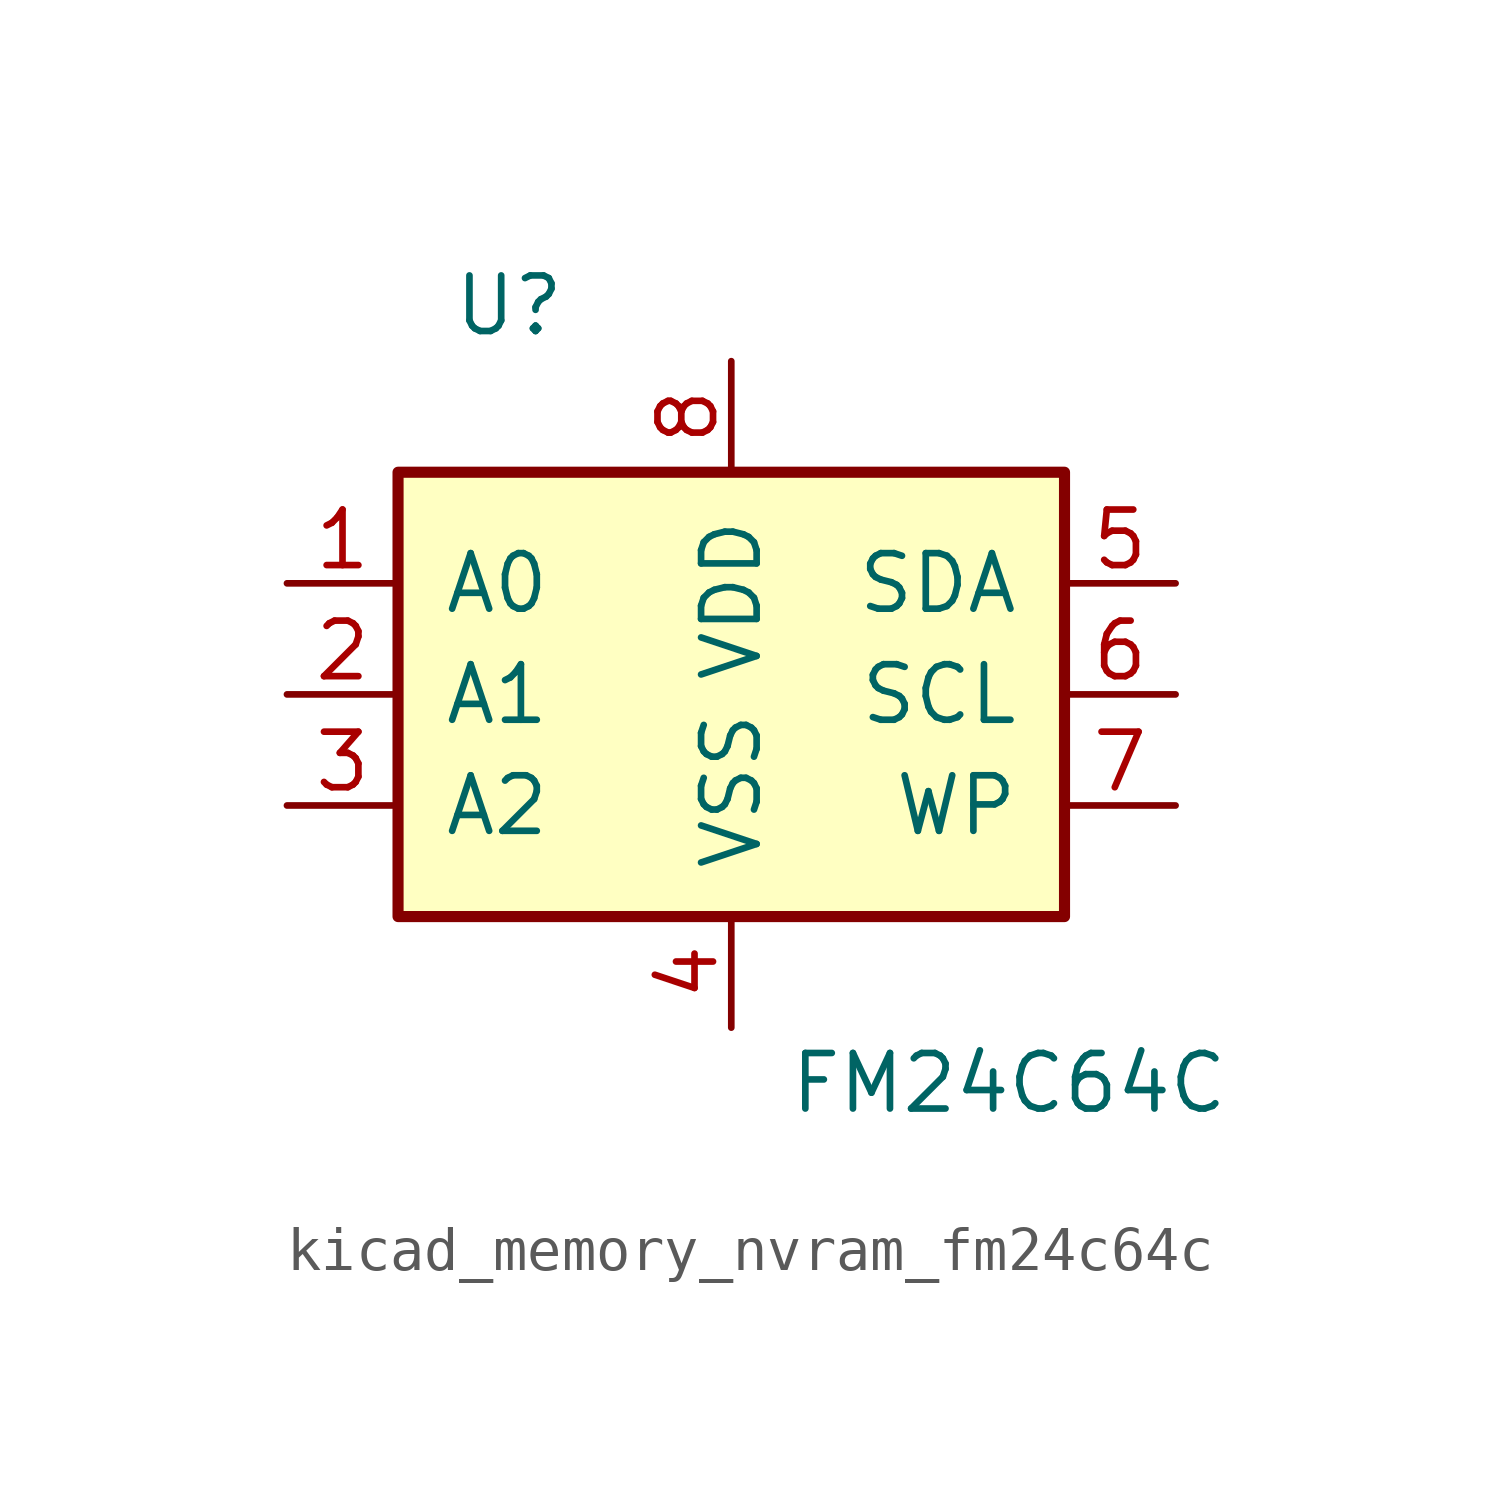
<source format=kicad_sym>
(kicad_symbol_lib
  (version 20220914)
  (generator kicad_symbol_editor)
  (symbol "kicad_memory_nvram_fm24c64c"
    (pin_names
      (offset 1.016))
    (property "Reference" "U"
      (at -5.08 8.89 0)
      (effects (font (size 1.27 1.27))))
    (property "Value" "FM24C64C"
      (at 6.35 -8.89 0)
      (effects (font (size 1.27 1.27))))
    (symbol "kicad_memory_nvram_fm24c64c_0_1"
      (rectangle (start -7.62 5.08) (end 7.62 -5.08) (stroke (width 0.254) (type default)) (fill (type background))))
    (symbol "kicad_memory_nvram_fm24c64c_1_1"
      (pin input line (at -10.16 2.54 0) (length 2.54) (name "A0" (effects (font (size 1.27 1.27)))) (number "1" (effects (font (size 1.27 1.27)))))
      (pin input line (at -10.16 0 0) (length 2.54) (name "A1" (effects (font (size 1.27 1.27)))) (number "2" (effects (font (size 1.27 1.27)))))
      (pin input line (at -10.16 -2.54 0) (length 2.54) (name "A2" (effects (font (size 1.27 1.27)))) (number "3" (effects (font (size 1.27 1.27)))))
      (pin power_in line (at 0 -7.62 90) (length 2.54) (name "VSS" (effects (font (size 1.27 1.27)))) (number "4" (effects (font (size 1.27 1.27)))))
      (pin bidirectional line (at 10.16 2.54 180) (length 2.54) (name "SDA" (effects (font (size 1.27 1.27)))) (number "5" (effects (font (size 1.27 1.27)))))
      (pin input line (at 10.16 0 180) (length 2.54) (name "SCL" (effects (font (size 1.27 1.27)))) (number "6" (effects (font (size 1.27 1.27)))))
      (pin input line (at 10.16 -2.54 180) (length 2.54) (name "WP" (effects (font (size 1.27 1.27)))) (number "7" (effects (font (size 1.27 1.27)))))
      (pin power_in line (at 0 7.62 270) (length 2.54) (name "VDD" (effects (font (size 1.27 1.27)))) (number "8" (effects (font (size 1.27 1.27))))))))
</source>
